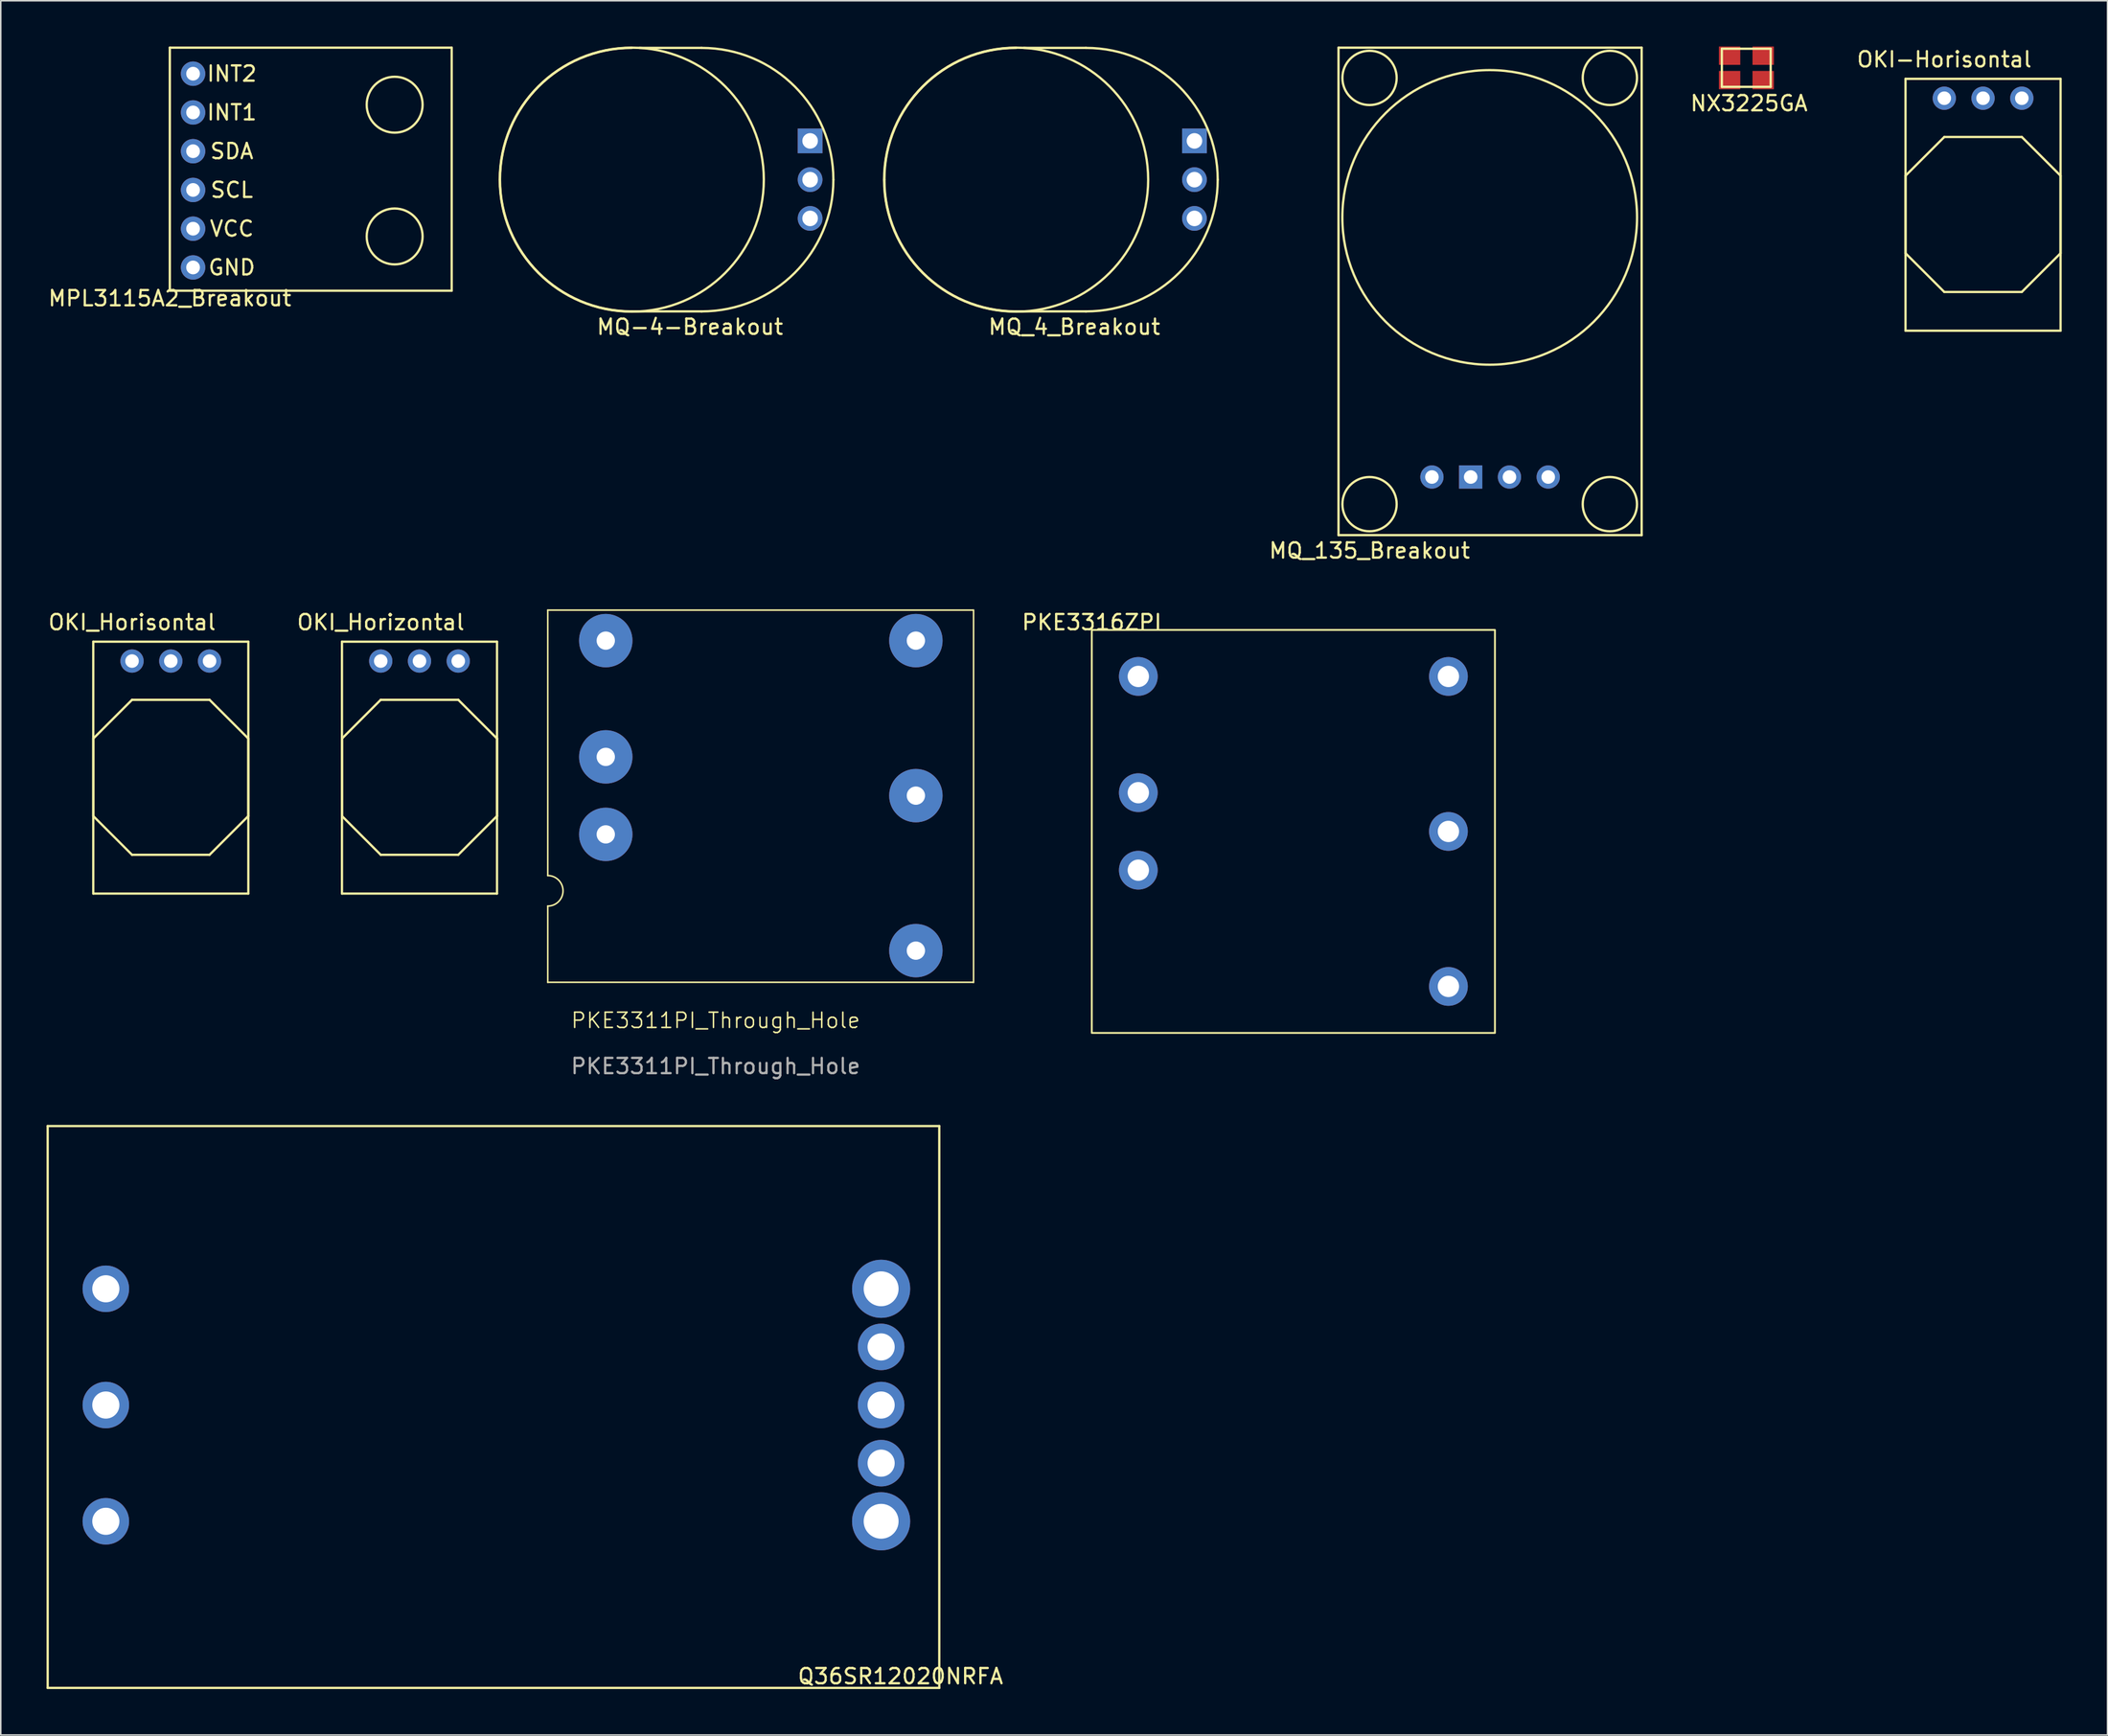
<source format=kicad_pcb>
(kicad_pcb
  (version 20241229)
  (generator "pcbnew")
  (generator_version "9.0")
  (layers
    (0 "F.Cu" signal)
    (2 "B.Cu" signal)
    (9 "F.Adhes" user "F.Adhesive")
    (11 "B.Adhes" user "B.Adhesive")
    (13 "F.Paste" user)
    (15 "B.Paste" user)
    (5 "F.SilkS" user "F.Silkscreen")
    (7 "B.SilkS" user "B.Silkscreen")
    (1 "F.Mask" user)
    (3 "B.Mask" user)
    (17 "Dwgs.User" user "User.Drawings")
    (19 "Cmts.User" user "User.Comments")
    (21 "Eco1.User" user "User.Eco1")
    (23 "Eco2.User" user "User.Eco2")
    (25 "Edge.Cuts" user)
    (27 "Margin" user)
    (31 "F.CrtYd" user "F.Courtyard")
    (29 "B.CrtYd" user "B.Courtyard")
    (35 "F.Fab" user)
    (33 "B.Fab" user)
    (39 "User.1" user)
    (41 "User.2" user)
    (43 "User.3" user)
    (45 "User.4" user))
  (footprint "MPL3115A2_Breakout"
    (layer "F.Cu")
    (at 8.077 16.005)
    (property "Reference" "MPL3115A2_Breakout" (at 0 0.5 0) (layer "F.SilkS") (effects (font (size 1 1) (thickness 0.15))))
    (attr through_hole)
    (fp_line (start 0 -15.93) (end 0 0) (stroke (width 0.15) (type solid)) (layer "F.SilkS"))
    (fp_line (start 0 0) (end 18.47 0) (stroke (width 0.15) (type solid)) (layer "F.SilkS"))
    (fp_line (start 18.47 -15.93) (end 0 -15.93) (stroke (width 0.15) (type solid)) (layer "F.SilkS"))
    (fp_line (start 18.47 0) (end 18.47 -15.93) (stroke (width 0.15) (type solid)) (layer "F.SilkS"))
    (fp_circle (center 14.732 -12.192) (end 15.748 -10.668) (stroke (width 0.15) (type solid)) (fill no) (layer "F.SilkS"))
    (fp_circle (center 14.732 -3.556) (end 15.748 -2.032) (stroke (width 0.15) (type solid)) (fill no) (layer "F.SilkS"))
    (fp_text user "GND" (at 4.064 -1.524 0) (layer "F.SilkS") (effects (font (size 1 1) (thickness 0.15))))
    (fp_text user "VCC" (at 4.064 -4.064 0) (layer "F.SilkS") (effects (font (size 1 1) (thickness 0.15))))
    (fp_text user "INT2" (at 4.064 -14.224 0) (layer "F.SilkS") (effects (font (size 1 1) (thickness 0.15))))
    (fp_text user "SDA" (at 4.064 -9.144 0) (layer "F.SilkS") (effects (font (size 1 1) (thickness 0.15))))
    (fp_text user "INT1" (at 4.064 -11.684 0) (layer "F.SilkS") (effects (font (size 1 1) (thickness 0.15))))
    (fp_text user "SCL" (at 4.064 -6.604 0) (layer "F.SilkS") (effects (font (size 1 1) (thickness 0.15))))
    (pad "1" thru_hole circle (at 1.524 -14.224) (size 1.6 1.6) (drill 0.9) (layers "*.Cu" "*.Mask"))
    (pad "2" thru_hole circle (at 1.524 -11.684) (size 1.6 1.6) (drill 0.9) (layers "*.Cu" "*.Mask"))
    (pad "3" thru_hole circle (at 1.524 -9.144) (size 1.6 1.6) (drill 0.9) (layers "*.Cu" "*.Mask"))
    (pad "4" thru_hole circle (at 1.524 -6.604) (size 1.6 1.6) (drill 0.9) (layers "*.Cu" "*.Mask"))
    (pad "5" thru_hole circle (at 1.524 -4.064) (size 1.6 1.6) (drill 0.9) (layers "*.Cu" "*.Mask"))
    (pad "6" thru_hole circle (at 1.524 -1.524) (size 1.6 1.6) (drill 0.9) (layers "*.Cu" "*.Mask")))
  (footprint "MQ-4-Breakout"
    (layer "F.Cu")
    (at 51.556 17.362)
    (property "Reference" "MQ-4-Breakout" (at -9.398 1.016 0) (layer "F.SilkS") (effects (font (size 1 1) (thickness 0.15))))
    (attr through_hole)
    (fp_line (start -8.636 -17.272) (end -12.7 -17.272) (stroke (width 0.15) (type solid)) (layer "F.SilkS"))
    (fp_line (start -8.636 0) (end -13.208 0) (stroke (width 0.15) (type solid)) (layer "F.SilkS"))
    (fp_arc (start -21.844 -8.636) (mid -19.314574 -14.742574) (end -13.208 -17.272) (stroke (width 0.15) (type solid)) (layer "F.SilkS"))
    (fp_arc (start -13.208 0) (mid -19.314574 -2.529426) (end -21.844 -8.636) (stroke (width 0.15) (type solid)) (layer "F.SilkS"))
    (fp_arc (start -8.636 -17.272) (mid -2.529426 -14.742574) (end 0 -8.636) (stroke (width 0.15) (type solid)) (layer "F.SilkS"))
    (fp_arc (start 0 -8.636) (mid -2.529426 -2.529426) (end -8.636 0) (stroke (width 0.15) (type solid)) (layer "F.SilkS"))
    (fp_circle (center -13.208 -8.636) (end -12.7 -17.272) (stroke (width 0.15) (type solid)) (fill no) (layer "F.SilkS"))
    (pad "1" thru_hole circle (at -1.524 -6.096) (size 1.62 1.62) (drill 1.02) (layers "*.Cu" "*.Mask"))
    (pad "2" thru_hole circle (at -1.524 -8.636) (size 1.62 1.62) (drill 1.02) (layers "*.Cu" "*.Mask"))
    (pad "3" thru_hole rect (at -1.524 -11.176) (size 1.62 1.62) (drill 1.02) (layers "*.Cu" "*.Mask")))
  (footprint "NX3225GA"
    (layer "F.Cu")
    (at 110.281 2.2)
    (property "Reference" "NX3225GA" (at 1.27 1.524 0) (layer "F.SilkS") (effects (font (size 1 1) (thickness 0.15))))
    (attr through_hole)
    (fp_line (start -0.508 -2.057) (end -0.508 0.443) (stroke (width 0.15) (type solid)) (layer "F.SilkS"))
    (fp_line (start -0.508 -2.057) (end 2.692 -2.057) (stroke (width 0.15) (type solid)) (layer "F.SilkS"))
    (fp_line (start -0.508 0.443) (end 2.692 0.443) (stroke (width 0.15) (type solid)) (layer "F.SilkS"))
    (fp_line (start 2.692 -2.057) (end 2.692 0.443) (stroke (width 0.15) (type solid)) (layer "F.SilkS"))
    (pad "1" smd rect (at 0 0) (size 1.4 1.2) (layers "F.Cu" "F.Mask" "F.Paste"))
    (pad "2" smd rect (at 2.2 0) (size 1.4 1.2) (layers "F.Cu" "F.Mask" "F.Paste"))
    (pad "3" smd rect (at 2.2 -1.6) (size 1.4 1.2) (layers "F.Cu" "F.Mask" "F.Paste"))
    (pad "4" smd rect (at 0 -1.6) (size 1.4 1.2) (layers "F.Cu" "F.Mask" "F.Paste")))
  (footprint "MQ_135_Breakout"
    (layer "F.Cu")
    (at 84.655 32.028)
    (property "Reference" "MQ_135_Breakout" (at 2.032 1.016 0) (layer "F.SilkS") (effects (font (size 1 1) (thickness 0.15))))
    (attr through_hole)
    (fp_line (start 0 -31.953) (end 0 0) (stroke (width 0.15) (type solid)) (layer "F.SilkS"))
    (fp_line (start 0 -31.953) (end 19.863 -31.953) (stroke (width 0.15) (type solid)) (layer "F.SilkS"))
    (fp_line (start 0 0) (end 19.863 0) (stroke (width 0.15) (type solid)) (layer "F.SilkS"))
    (fp_line (start 19.863 0) (end 19.863 -31.953) (stroke (width 0.15) (type solid)) (layer "F.SilkS"))
    (fp_circle (center 2.032 -29.972) (end 2.032 -31.75) (stroke (width 0.15) (type solid)) (fill no) (layer "F.SilkS"))
    (fp_circle (center 2.032 -2.032) (end 3.81 -2.032) (stroke (width 0.15) (type solid)) (fill no) (layer "F.SilkS"))
    (fp_circle (center 9.906 -20.828) (end 19.558 -21.082) (stroke (width 0.15) (type solid)) (fill no) (layer "F.SilkS"))
    (fp_circle (center 17.78 -29.972) (end 17.78 -31.75) (stroke (width 0.15) (type solid)) (fill no) (layer "F.SilkS"))
    (fp_circle (center 17.78 -2.032) (end 17.78 -0.254) (stroke (width 0.15) (type solid)) (fill no) (layer "F.SilkS"))
    (pad "1" thru_hole circle (at 6.121 -3.81) (size 1.524 1.524) (drill 0.889) (layers "*.Cu" "*.Mask"))
    (pad "2" thru_hole rect (at 8.661 -3.81) (size 1.524 1.524) (drill 0.889) (layers "*.Cu" "*.Mask"))
    (pad "3" thru_hole circle (at 11.201 -3.81) (size 1.524 1.524) (drill 0.889) (layers "*.Cu" "*.Mask"))
    (pad "4" thru_hole circle (at 13.741 -3.81) (size 1.524 1.524) (drill 0.889) (layers "*.Cu" "*.Mask")))
  (footprint "OKI-Horisontal"
    (layer "F.Cu")
    (at 121.808 2.118)
    (property "Reference" "OKI-Horisontal" (at 2.54 -1.27 0) (layer "F.SilkS") (effects (font (size 1 1) (thickness 0.15))))
    (attr through_hole)
    (fp_line (start 0 0) (end 10.16 0) (stroke (width 0.15) (type solid)) (layer "F.SilkS"))
    (fp_line (start 0 6.35) (end 2.54 3.81) (stroke (width 0.15) (type solid)) (layer "F.SilkS"))
    (fp_line (start 0 11.43) (end 0 6.35) (stroke (width 0.15) (type solid)) (layer "F.SilkS"))
    (fp_line (start 0 16.51) (end 0 0) (stroke (width 0.15) (type solid)) (layer "F.SilkS"))
    (fp_line (start 0 16.51) (end 10.16 16.51) (stroke (width 0.15) (type solid)) (layer "F.SilkS"))
    (fp_line (start 2.54 3.81) (end 7.62 3.81) (stroke (width 0.15) (type solid)) (layer "F.SilkS"))
    (fp_line (start 2.54 13.97) (end 0 11.43) (stroke (width 0.15) (type solid)) (layer "F.SilkS"))
    (fp_line (start 7.62 3.81) (end 10.16 6.35) (stroke (width 0.15) (type solid)) (layer "F.SilkS"))
    (fp_line (start 7.62 13.97) (end 2.54 13.97) (stroke (width 0.15) (type solid)) (layer "F.SilkS"))
    (fp_line (start 10.16 0) (end 10.16 16.51) (stroke (width 0.15) (type solid)) (layer "F.SilkS"))
    (fp_line (start 10.16 6.35) (end 10.16 11.43) (stroke (width 0.15) (type solid)) (layer "F.SilkS"))
    (fp_line (start 10.16 11.43) (end 7.62 13.97) (stroke (width 0.15) (type solid)) (layer "F.SilkS"))
    (pad "1" thru_hole circle (at 2.54 1.27) (size 1.524 1.524) (drill 0.889) (layers "*.Cu" "*.Mask"))
    (pad "2" thru_hole circle (at 5.08 1.27) (size 1.524 1.524) (drill 0.889) (layers "*.Cu" "*.Mask"))
    (pad "3" thru_hole circle (at 7.62 1.27) (size 1.524 1.524) (drill 0.889) (layers "*.Cu" "*.Mask")))
  (footprint "MQ_4_Breakout"
    (layer "F.Cu")
    (at 76.74 17.362)
    (property "Reference" "MQ_4_Breakout" (at -9.398 1.016 0) (layer "F.SilkS") (effects (font (size 1 1) (thickness 0.15))))
    (attr through_hole)
    (fp_line (start -8.636 -17.272) (end -12.7 -17.272) (stroke (width 0.15) (type solid)) (layer "F.SilkS"))
    (fp_line (start -8.636 0) (end -13.208 0) (stroke (width 0.15) (type solid)) (layer "F.SilkS"))
    (fp_arc (start -21.844 -8.636) (mid -19.314574 -14.742574) (end -13.208 -17.272) (stroke (width 0.15) (type solid)) (layer "F.SilkS"))
    (fp_arc (start -13.208 0) (mid -19.314574 -2.529426) (end -21.844 -8.636) (stroke (width 0.15) (type solid)) (layer "F.SilkS"))
    (fp_arc (start -8.636 -17.272) (mid -2.529426 -14.742574) (end 0 -8.636) (stroke (width 0.15) (type solid)) (layer "F.SilkS"))
    (fp_arc (start 0 -8.636) (mid -2.529426 -2.529426) (end -8.636 0) (stroke (width 0.15) (type solid)) (layer "F.SilkS"))
    (fp_circle (center -13.208 -8.636) (end -12.7 -17.272) (stroke (width 0.15) (type solid)) (fill no) (layer "F.SilkS"))
    (pad "1" thru_hole circle (at -1.524 -6.096) (size 1.62 1.62) (drill 1.02) (layers "*.Cu" "*.Mask"))
    (pad "2" thru_hole circle (at -1.524 -8.636) (size 1.62 1.62) (drill 1.02) (layers "*.Cu" "*.Mask"))
    (pad "3" thru_hole rect (at -1.524 -11.176) (size 1.62 1.62) (drill 1.02) (layers "*.Cu" "*.Mask")))
  (footprint "OKI_Horizontal"
    (layer "F.Cu")
    (at 21.897 40.281)
    (property "Reference" "OKI_Horizontal" (at 0 -2.54 0) (layer "F.SilkS") (effects (font (size 1 1) (thickness 0.15))))
    (attr through_hole)
    (fp_line (start -2.54 -1.27) (end 7.62 -1.27) (stroke (width 0.15) (type solid)) (layer "F.SilkS"))
    (fp_line (start -2.54 5.08) (end 0 2.54) (stroke (width 0.15) (type solid)) (layer "F.SilkS"))
    (fp_line (start -2.54 10.16) (end -2.54 5.08) (stroke (width 0.15) (type solid)) (layer "F.SilkS"))
    (fp_line (start -2.54 15.24) (end -2.54 -1.27) (stroke (width 0.15) (type solid)) (layer "F.SilkS"))
    (fp_line (start -2.54 15.24) (end 7.62 15.24) (stroke (width 0.15) (type solid)) (layer "F.SilkS"))
    (fp_line (start 0 2.54) (end 5.08 2.54) (stroke (width 0.15) (type solid)) (layer "F.SilkS"))
    (fp_line (start 0 12.7) (end -2.54 10.16) (stroke (width 0.15) (type solid)) (layer "F.SilkS"))
    (fp_line (start 5.08 2.54) (end 7.62 5.08) (stroke (width 0.15) (type solid)) (layer "F.SilkS"))
    (fp_line (start 5.08 12.7) (end 0 12.7) (stroke (width 0.15) (type solid)) (layer "F.SilkS"))
    (fp_line (start 7.62 -1.27) (end 7.62 15.24) (stroke (width 0.15) (type solid)) (layer "F.SilkS"))
    (fp_line (start 7.62 5.08) (end 7.62 10.16) (stroke (width 0.15) (type solid)) (layer "F.SilkS"))
    (fp_line (start 7.62 10.16) (end 5.08 12.7) (stroke (width 0.15) (type solid)) (layer "F.SilkS"))
    (pad "1" thru_hole circle (at 0 0) (size 1.524 1.524) (drill 0.889) (layers "*.Cu" "*.Mask"))
    (pad "2" thru_hole circle (at 2.54 0) (size 1.524 1.524) (drill 0.889) (layers "*.Cu" "*.Mask"))
    (pad "3" thru_hole circle (at 5.08 0) (size 1.524 1.524) (drill 0.889) (layers "*.Cu" "*.Mask")))
  (footprint "PKE3316ZPI"
    (layer "F.Cu")
    (at 68.489 38.241)
    (property "Reference" "PKE3316ZPI" (at 0 -0.5 0) (unlocked yes) (layer "F.SilkS") (effects (font (size 1 1) (thickness 0.15))))
    (attr through_hole)
    (fp_rect (start 0 0) (end 26.416 26.416) (stroke (width 0.12) (type default)) (fill no) (layer "F.SilkS"))
    (pad "1" thru_hole circle (at 3.048 3.048) (size 2.54 2.54) (drill 1.397) (layers "*.Cu" "*.Mask"))
    (pad "2" thru_hole circle (at 3.048 10.668) (size 2.54 2.54) (drill 1.397) (layers "*.Cu" "*.Mask"))
    (pad "3" thru_hole circle (at 3.048 15.748) (size 2.54 2.54) (drill 1.397) (layers "*.Cu" "*.Mask"))
    (pad "4" thru_hole circle (at 23.368 23.368) (size 2.54 2.54) (drill 1.397) (layers "*.Cu" "*.Mask"))
    (pad "5" thru_hole circle (at 23.368 13.208) (size 2.54 2.54) (drill 1.397) (layers "*.Cu" "*.Mask"))
    (pad "6" thru_hole circle (at 23.368 3.048) (size 2.54 2.54) (drill 1.397) (layers "*.Cu" "*.Mask")))
  (footprint "OKI_Horisontal"
    (layer "F.Cu")
    (at 3.061 39.011)
    (property "Reference" "OKI_Horisontal" (at 2.54 -1.27 0) (layer "F.SilkS") (effects (font (size 1 1) (thickness 0.15))))
    (attr through_hole)
    (fp_line (start 0 0) (end 10.16 0) (stroke (width 0.15) (type solid)) (layer "F.SilkS"))
    (fp_line (start 0 6.35) (end 2.54 3.81) (stroke (width 0.15) (type solid)) (layer "F.SilkS"))
    (fp_line (start 0 11.43) (end 0 6.35) (stroke (width 0.15) (type solid)) (layer "F.SilkS"))
    (fp_line (start 0 16.51) (end 0 0) (stroke (width 0.15) (type solid)) (layer "F.SilkS"))
    (fp_line (start 0 16.51) (end 10.16 16.51) (stroke (width 0.15) (type solid)) (layer "F.SilkS"))
    (fp_line (start 2.54 3.81) (end 7.62 3.81) (stroke (width 0.15) (type solid)) (layer "F.SilkS"))
    (fp_line (start 2.54 13.97) (end 0 11.43) (stroke (width 0.15) (type solid)) (layer "F.SilkS"))
    (fp_line (start 7.62 3.81) (end 10.16 6.35) (stroke (width 0.15) (type solid)) (layer "F.SilkS"))
    (fp_line (start 7.62 13.97) (end 2.54 13.97) (stroke (width 0.15) (type solid)) (layer "F.SilkS"))
    (fp_line (start 10.16 0) (end 10.16 16.51) (stroke (width 0.15) (type solid)) (layer "F.SilkS"))
    (fp_line (start 10.16 6.35) (end 10.16 11.43) (stroke (width 0.15) (type solid)) (layer "F.SilkS"))
    (fp_line (start 10.16 11.43) (end 7.62 13.97) (stroke (width 0.15) (type solid)) (layer "F.SilkS"))
    (pad "1" thru_hole circle (at 2.54 1.27) (size 1.524 1.524) (drill 0.889) (layers "*.Cu" "*.Mask"))
    (pad "2" thru_hole circle (at 5.08 1.27) (size 1.524 1.524) (drill 0.889) (layers "*.Cu" "*.Mask"))
    (pad "3" thru_hole circle (at 7.62 1.27) (size 1.524 1.524) (drill 0.889) (layers "*.Cu" "*.Mask")))
  (footprint "Q36SR12020NRFA"
    (layer "F.Cu")
    (at 3.885 81.428)
    (property "Reference" "Q36SR12020NRFA" (at 52.07 25.4 0) (layer "F.SilkS") (effects (font (size 1 1) (thickness 0.15))))
    (attr through_hole)
    (fp_line (start -3.81 -10.668) (end -3.81 26.162) (stroke (width 0.15) (type solid)) (layer "F.SilkS"))
    (fp_line (start -3.81 -10.668) (end 54.61 -10.668) (stroke (width 0.15) (type solid)) (layer "F.SilkS"))
    (fp_line (start -3.81 26.162) (end 54.61 26.162) (stroke (width 0.15) (type solid)) (layer "F.SilkS"))
    (fp_line (start 54.61 -10.668) (end 54.61 26.162) (stroke (width 0.15) (type solid)) (layer "F.SilkS"))
    (pad "1" thru_hole circle (at 0 0) (size 3.048 3.048) (drill 1.778) (layers "*.Cu" "*.Mask"))
    (pad "2" thru_hole circle (at 0 7.62) (size 3.048 3.048) (drill 1.778) (layers "*.Cu" "*.Mask"))
    (pad "3" thru_hole circle (at 0 15.24) (size 3.048 3.048) (drill 1.778) (layers "*.Cu" "*.Mask"))
    (pad "4" thru_hole circle (at 50.8 15.24) (size 3.81 3.81) (drill 2.286) (layers "*.Cu" "*.Mask"))
    (pad "5" thru_hole circle (at 50.8 11.43) (size 3.048 3.048) (drill 1.778) (layers "*.Cu" "*.Mask"))
    (pad "6" thru_hole circle (at 50.8 7.62) (size 3.048 3.048) (drill 1.778) (layers "*.Cu" "*.Mask"))
    (pad "7" thru_hole circle (at 50.8 3.81) (size 3.048 3.048) (drill 1.778) (layers "*.Cu" "*.Mask"))
    (pad "8" thru_hole circle (at 50.8 0) (size 3.81 3.81) (drill 2.286) (layers "*.Cu" "*.Mask")))
  (footprint "PKE3311PI_Through_Hole"
    (layer "F.Cu")
    (at 32.842 61.342)
    (property "Reference" "PKE3311PI_Through_Hole" (at 11 2.495 0) (unlocked yes) (layer "F.SilkS") (effects (font (size 1 1) (thickness 0.1))))
    (attr smd)
    (fp_line (start -0.000001 -0.005) (end 27.9 -0.005) (stroke (width 0.1) (type default)) (layer "F.SilkS"))
    (fp_line (start 0 -7) (end 0 -24.4) (stroke (width 0.1) (type default)) (layer "F.SilkS"))
    (fp_line (start 0 -5) (end 0 0) (stroke (width 0.1) (type default)) (layer "F.SilkS"))
    (fp_line (start 27.9 -24.4) (end 0 -24.4) (stroke (width 0.1) (type default)) (layer "F.SilkS"))
    (fp_line (start 27.9 0) (end 27.9 -24.4) (stroke (width 0.1) (type default)) (layer "F.SilkS"))
    (fp_arc (start 0 -7) (mid 1 -6) (end 0 -5) (stroke (width 0.1) (type default)) (layer "F.SilkS"))
    (fp_text user "${REFERENCE}" (at 11 5.495 0) (unlocked yes) (layer "F.Fab") (effects (font (size 1 1) (thickness 0.15))))
    (pad "1" thru_hole circle (at 3.8 -22.4) (size 3.5 3.5) (drill 1.2) (layers "*.Cu" "*.Mask"))
    (pad "2" thru_hole circle (at 3.8 -14.78) (size 3.5 3.5) (drill 1.2) (layers "*.Cu" "*.Mask"))
    (pad "3" thru_hole circle (at 3.8 -9.7) (size 3.5 3.5) (drill 1.2) (layers "*.Cu" "*.Mask"))
    (pad "4" thru_hole circle (at 24.12 -2.08) (size 3.5 3.5) (drill 1.2) (layers "*.Cu" "*.Mask"))
    (pad "5" thru_hole circle (at 24.12 -12.24) (size 3.5 3.5) (drill 1.2) (layers "*.Cu" "*.Mask"))
    (pad "6" thru_hole circle (at 24.12 -22.4) (size 3.5 3.5) (drill 1.2) (layers "*.Cu" "*.Mask")))
  (gr_rect
    (start -3 -3)
    (end 135.043 110.676)
    (stroke (width 0.1) (type default))
    (fill no)
    (layer "Edge.Cuts")))
</source>
